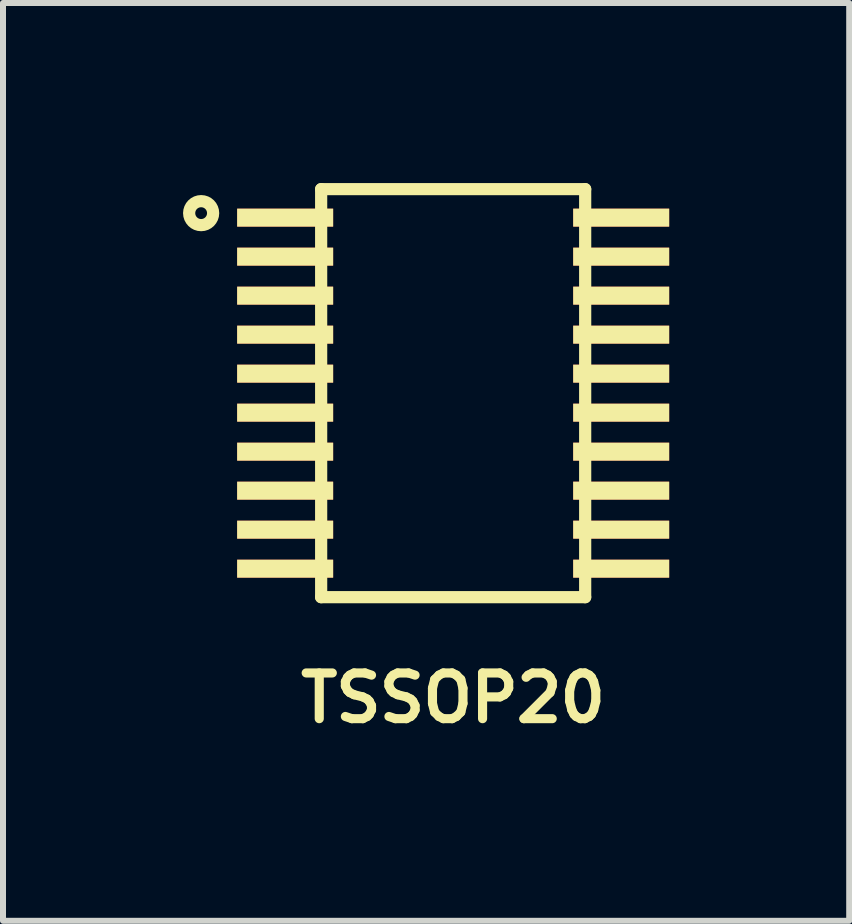
<source format=kicad_pcb>
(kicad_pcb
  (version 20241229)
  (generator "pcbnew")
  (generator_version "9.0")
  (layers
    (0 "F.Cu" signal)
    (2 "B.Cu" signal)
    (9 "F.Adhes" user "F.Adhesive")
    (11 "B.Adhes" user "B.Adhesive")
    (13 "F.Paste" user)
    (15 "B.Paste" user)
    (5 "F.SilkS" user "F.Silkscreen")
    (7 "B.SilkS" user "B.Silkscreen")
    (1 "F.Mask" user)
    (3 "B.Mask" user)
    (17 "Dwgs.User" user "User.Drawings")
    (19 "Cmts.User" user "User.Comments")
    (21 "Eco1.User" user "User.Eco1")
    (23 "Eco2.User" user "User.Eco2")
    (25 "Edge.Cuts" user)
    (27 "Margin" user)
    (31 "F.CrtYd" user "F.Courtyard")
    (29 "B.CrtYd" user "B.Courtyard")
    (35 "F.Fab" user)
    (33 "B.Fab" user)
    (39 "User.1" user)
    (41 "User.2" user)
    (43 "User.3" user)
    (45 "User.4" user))
  (footprint "TSSOP20"
    (layer "F.Cu")
    (at 4.502 3.502)
    (property "Reference" "TSSOP20" (at 0 5.08 0) (layer "F.SilkS") (effects (font (size 0.762 0.762) (thickness 0.152))))
    (attr smd)
    (fp_line (start -2.2 -3.4) (end -2.2 3.4) (stroke (width 0.203) (type solid)) (layer "F.SilkS"))
    (fp_line (start -2.2 3.4) (end 2.2 3.4) (stroke (width 0.203) (type solid)) (layer "F.SilkS"))
    (fp_line (start 2.2 -3.4) (end -2.2 -3.4) (stroke (width 0.203) (type solid)) (layer "F.SilkS"))
    (fp_line (start 2.2 3.4) (end 2.2 -3.4) (stroke (width 0.203) (type solid)) (layer "F.SilkS"))
    (fp_circle (center -4.2 -3) (end -4 -3) (stroke (width 0.203) (type solid)) (fill no) (layer "F.SilkS"))
    (pad "1" smd rect (at -2.8 -2.925) (size 1.6 0.3) (layers "F.Cu" "F.Mask" "F.SilkS" "F.Paste"))
    (pad "2" smd rect (at -2.8 -2.275) (size 1.6 0.3) (layers "F.Cu" "F.Mask" "F.SilkS" "F.Paste"))
    (pad "3" smd rect (at -2.8 -1.625) (size 1.6 0.3) (layers "F.Cu" "F.Mask" "F.SilkS" "F.Paste"))
    (pad "4" smd rect (at -2.8 -0.975) (size 1.6 0.3) (layers "F.Cu" "F.Mask" "F.SilkS" "F.Paste"))
    (pad "5" smd rect (at -2.8 -0.325) (size 1.6 0.3) (layers "F.Cu" "F.Mask" "F.SilkS" "F.Paste"))
    (pad "6" smd rect (at -2.8 0.325) (size 1.6 0.3) (layers "F.Cu" "F.Mask" "F.SilkS" "F.Paste"))
    (pad "7" smd rect (at -2.8 0.975) (size 1.6 0.3) (layers "F.Cu" "F.Mask" "F.SilkS" "F.Paste"))
    (pad "8" smd rect (at -2.8 1.625) (size 1.6 0.3) (layers "F.Cu" "F.Mask" "F.SilkS" "F.Paste"))
    (pad "9" smd rect (at -2.8 2.275) (size 1.6 0.3) (layers "F.Cu" "F.Mask" "F.SilkS" "F.Paste"))
    (pad "10" smd rect (at -2.8 2.925) (size 1.6 0.3) (layers "F.Cu" "F.Mask" "F.SilkS" "F.Paste"))
    (pad "11" smd rect (at 2.8 2.925) (size 1.6 0.3) (layers "F.Cu" "F.Mask" "F.SilkS" "F.Paste"))
    (pad "12" smd rect (at 2.8 2.275) (size 1.6 0.3) (layers "F.Cu" "F.Mask" "F.SilkS" "F.Paste"))
    (pad "13" smd rect (at 2.8 1.625) (size 1.6 0.3) (layers "F.Cu" "F.Mask" "F.SilkS" "F.Paste"))
    (pad "14" smd rect (at 2.8 0.975) (size 1.6 0.3) (layers "F.Cu" "F.Mask" "F.SilkS" "F.Paste"))
    (pad "15" smd rect (at 2.8 0.325) (size 1.6 0.3) (layers "F.Cu" "F.Mask" "F.SilkS" "F.Paste"))
    (pad "16" smd rect (at 2.8 -0.325) (size 1.6 0.3) (layers "F.Cu" "F.Mask" "F.SilkS" "F.Paste"))
    (pad "17" smd rect (at 2.8 -0.975) (size 1.6 0.3) (layers "F.Cu" "F.Mask" "F.SilkS" "F.Paste"))
    (pad "18" smd rect (at 2.8 -1.625) (size 1.6 0.3) (layers "F.Cu" "F.Mask" "F.SilkS" "F.Paste"))
    (pad "19" smd rect (at 2.8 -2.275) (size 1.6 0.3) (layers "F.Cu" "F.Mask" "F.SilkS" "F.Paste"))
    (pad "20" smd rect (at 2.8 -2.925) (size 1.6 0.3) (layers "F.Cu" "F.Mask" "F.SilkS" "F.Paste")))
  (gr_rect
    (start -3 -3)
    (end 11.102 12.295)
    (stroke (width 0.1) (type default))
    (fill no)
    (layer "Edge.Cuts")))
</source>
